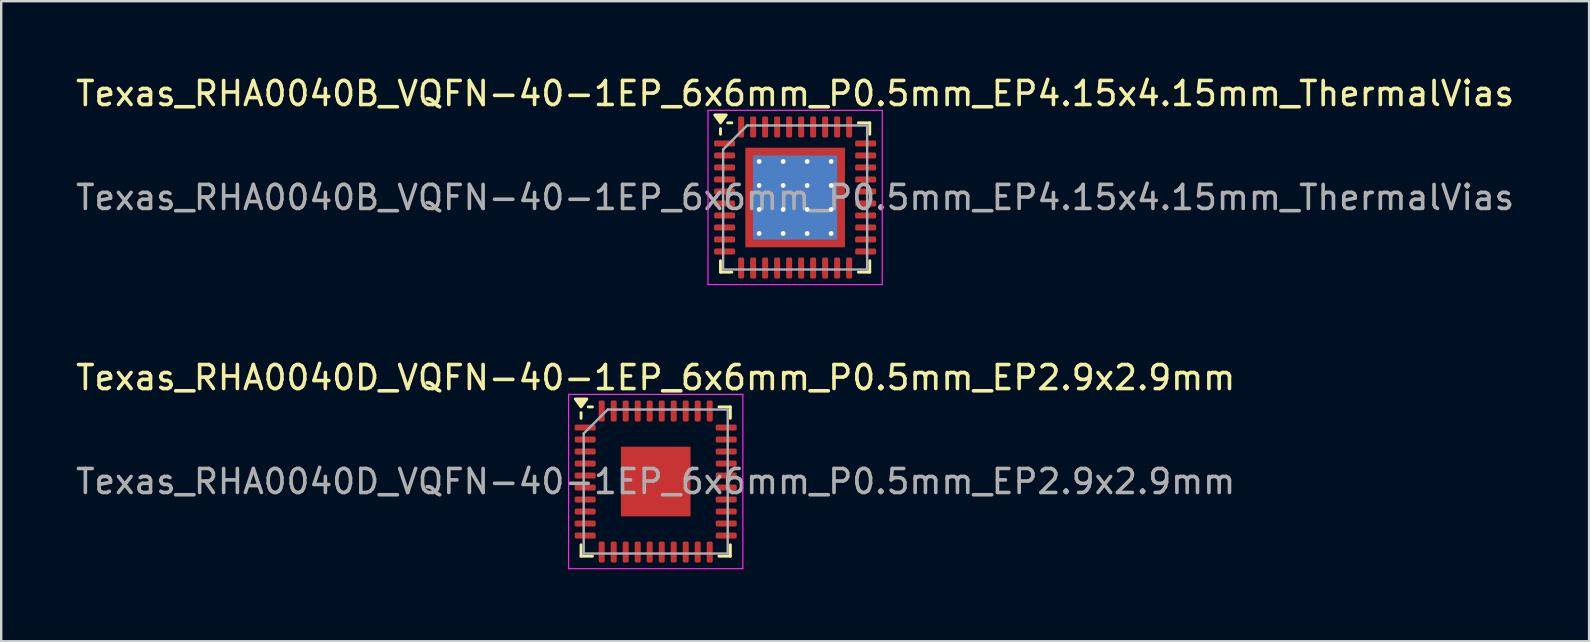
<source format=kicad_pcb>
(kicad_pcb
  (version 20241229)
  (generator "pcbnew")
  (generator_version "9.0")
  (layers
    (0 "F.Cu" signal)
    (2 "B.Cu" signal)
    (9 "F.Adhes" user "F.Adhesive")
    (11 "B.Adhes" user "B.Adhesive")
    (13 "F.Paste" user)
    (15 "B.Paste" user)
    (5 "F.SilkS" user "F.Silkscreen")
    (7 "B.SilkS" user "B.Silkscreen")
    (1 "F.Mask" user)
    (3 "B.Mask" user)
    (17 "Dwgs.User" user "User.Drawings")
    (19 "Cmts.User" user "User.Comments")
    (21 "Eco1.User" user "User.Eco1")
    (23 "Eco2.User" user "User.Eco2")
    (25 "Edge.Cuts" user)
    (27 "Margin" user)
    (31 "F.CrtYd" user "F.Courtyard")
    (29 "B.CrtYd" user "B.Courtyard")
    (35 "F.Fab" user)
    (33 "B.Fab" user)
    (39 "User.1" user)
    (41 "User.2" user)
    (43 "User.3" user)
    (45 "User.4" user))
  (footprint "Texas_RHA0040D_VQFN-40-1EP_6x6mm_P0.5mm_EP2.9x2.9mm"
    (layer "F.Cu")
    (at 24.268 17.012)
    (property "Reference" "Texas_RHA0040D_VQFN-40-1EP_6x6mm_P0.5mm_EP2.9x2.9mm" (at 0 -4.33 0) (layer "F.SilkS") (effects (font (size 1 1) (thickness 0.15))))
    (attr smd)
    (fp_line (start -3.11 -2.635) (end -3.11 -2.87) (stroke (width 0.12) (type solid)) (layer "F.SilkS"))
    (fp_line (start -3.11 3.11) (end -3.11 2.635) (stroke (width 0.12) (type solid)) (layer "F.SilkS"))
    (fp_line (start -2.635 -3.11) (end -2.81 -3.11) (stroke (width 0.12) (type solid)) (layer "F.SilkS"))
    (fp_line (start -2.635 3.11) (end -3.11 3.11) (stroke (width 0.12) (type solid)) (layer "F.SilkS"))
    (fp_line (start 2.635 -3.11) (end 3.11 -3.11) (stroke (width 0.12) (type solid)) (layer "F.SilkS"))
    (fp_line (start 2.635 3.11) (end 3.11 3.11) (stroke (width 0.12) (type solid)) (layer "F.SilkS"))
    (fp_line (start 3.11 -3.11) (end 3.11 -2.635) (stroke (width 0.12) (type solid)) (layer "F.SilkS"))
    (fp_line (start 3.11 3.11) (end 3.11 2.635) (stroke (width 0.12) (type solid)) (layer "F.SilkS"))
    (fp_poly (pts (xy -3.11 -3.11) (xy -3.35 -3.44) (xy -2.87 -3.44) (xy -3.11 -3.11)) (stroke (width 0.12) (type solid)) (fill yes) (layer "F.SilkS"))
    (fp_line (start -3.63 -3.63) (end -3.63 3.63) (stroke (width 0.05) (type solid)) (layer "F.CrtYd"))
    (fp_line (start -3.63 3.63) (end 3.63 3.63) (stroke (width 0.05) (type solid)) (layer "F.CrtYd"))
    (fp_line (start 3.63 -3.63) (end -3.63 -3.63) (stroke (width 0.05) (type solid)) (layer "F.CrtYd"))
    (fp_line (start 3.63 3.63) (end 3.63 -3.63) (stroke (width 0.05) (type solid)) (layer "F.CrtYd"))
    (fp_line (start -3 -2) (end -2 -3) (stroke (width 0.1) (type solid)) (layer "F.Fab"))
    (fp_line (start -3 3) (end -3 -2) (stroke (width 0.1) (type solid)) (layer "F.Fab"))
    (fp_line (start -2 -3) (end 3 -3) (stroke (width 0.1) (type solid)) (layer "F.Fab"))
    (fp_line (start 3 -3) (end 3 3) (stroke (width 0.1) (type solid)) (layer "F.Fab"))
    (fp_line (start 3 3) (end -3 3) (stroke (width 0.1) (type solid)) (layer "F.Fab"))
    (fp_text user "${REFERENCE}" (at 0 0 0) (layer "F.Fab") (effects (font (size 1 1) (thickness 0.15))))
    (pad "" smd roundrect (at -0.725 -0.725) (size 1.17 1.17) (layers "F.Paste") (roundrect_rratio 0.214))
    (pad "" smd roundrect (at -0.725 0.725) (size 1.17 1.17) (layers "F.Paste") (roundrect_rratio 0.214))
    (pad "" smd roundrect (at 0.725 -0.725) (size 1.17 1.17) (layers "F.Paste") (roundrect_rratio 0.214))
    (pad "" smd roundrect (at 0.725 0.725) (size 1.17 1.17) (layers "F.Paste") (roundrect_rratio 0.214))
    (pad "1" smd roundrect (at -2.938 -2.25) (size 0.875 0.25) (layers "F.Cu" "F.Mask" "F.Paste") (roundrect_rratio 0.25))
    (pad "2" smd roundrect (at -2.938 -1.75) (size 0.875 0.25) (layers "F.Cu" "F.Mask" "F.Paste") (roundrect_rratio 0.25))
    (pad "3" smd roundrect (at -2.938 -1.25) (size 0.875 0.25) (layers "F.Cu" "F.Mask" "F.Paste") (roundrect_rratio 0.25))
    (pad "4" smd roundrect (at -2.938 -0.75) (size 0.875 0.25) (layers "F.Cu" "F.Mask" "F.Paste") (roundrect_rratio 0.25))
    (pad "5" smd roundrect (at -2.938 -0.25) (size 0.875 0.25) (layers "F.Cu" "F.Mask" "F.Paste") (roundrect_rratio 0.25))
    (pad "6" smd roundrect (at -2.938 0.25) (size 0.875 0.25) (layers "F.Cu" "F.Mask" "F.Paste") (roundrect_rratio 0.25))
    (pad "7" smd roundrect (at -2.938 0.75) (size 0.875 0.25) (layers "F.Cu" "F.Mask" "F.Paste") (roundrect_rratio 0.25))
    (pad "8" smd roundrect (at -2.938 1.25) (size 0.875 0.25) (layers "F.Cu" "F.Mask" "F.Paste") (roundrect_rratio 0.25))
    (pad "9" smd roundrect (at -2.938 1.75) (size 0.875 0.25) (layers "F.Cu" "F.Mask" "F.Paste") (roundrect_rratio 0.25))
    (pad "10" smd roundrect (at -2.938 2.25) (size 0.875 0.25) (layers "F.Cu" "F.Mask" "F.Paste") (roundrect_rratio 0.25))
    (pad "11" smd roundrect (at -2.25 2.938) (size 0.25 0.875) (layers "F.Cu" "F.Mask" "F.Paste") (roundrect_rratio 0.25))
    (pad "12" smd roundrect (at -1.75 2.938) (size 0.25 0.875) (layers "F.Cu" "F.Mask" "F.Paste") (roundrect_rratio 0.25))
    (pad "13" smd roundrect (at -1.25 2.938) (size 0.25 0.875) (layers "F.Cu" "F.Mask" "F.Paste") (roundrect_rratio 0.25))
    (pad "14" smd roundrect (at -0.75 2.938) (size 0.25 0.875) (layers "F.Cu" "F.Mask" "F.Paste") (roundrect_rratio 0.25))
    (pad "15" smd roundrect (at -0.25 2.938) (size 0.25 0.875) (layers "F.Cu" "F.Mask" "F.Paste") (roundrect_rratio 0.25))
    (pad "16" smd roundrect (at 0.25 2.938) (size 0.25 0.875) (layers "F.Cu" "F.Mask" "F.Paste") (roundrect_rratio 0.25))
    (pad "17" smd roundrect (at 0.75 2.938) (size 0.25 0.875) (layers "F.Cu" "F.Mask" "F.Paste") (roundrect_rratio 0.25))
    (pad "18" smd roundrect (at 1.25 2.938) (size 0.25 0.875) (layers "F.Cu" "F.Mask" "F.Paste") (roundrect_rratio 0.25))
    (pad "19" smd roundrect (at 1.75 2.938) (size 0.25 0.875) (layers "F.Cu" "F.Mask" "F.Paste") (roundrect_rratio 0.25))
    (pad "20" smd roundrect (at 2.25 2.938) (size 0.25 0.875) (layers "F.Cu" "F.Mask" "F.Paste") (roundrect_rratio 0.25))
    (pad "21" smd roundrect (at 2.938 2.25) (size 0.875 0.25) (layers "F.Cu" "F.Mask" "F.Paste") (roundrect_rratio 0.25))
    (pad "22" smd roundrect (at 2.938 1.75) (size 0.875 0.25) (layers "F.Cu" "F.Mask" "F.Paste") (roundrect_rratio 0.25))
    (pad "23" smd roundrect (at 2.938 1.25) (size 0.875 0.25) (layers "F.Cu" "F.Mask" "F.Paste") (roundrect_rratio 0.25))
    (pad "24" smd roundrect (at 2.938 0.75) (size 0.875 0.25) (layers "F.Cu" "F.Mask" "F.Paste") (roundrect_rratio 0.25))
    (pad "25" smd roundrect (at 2.938 0.25) (size 0.875 0.25) (layers "F.Cu" "F.Mask" "F.Paste") (roundrect_rratio 0.25))
    (pad "26" smd roundrect (at 2.938 -0.25) (size 0.875 0.25) (layers "F.Cu" "F.Mask" "F.Paste") (roundrect_rratio 0.25))
    (pad "27" smd roundrect (at 2.938 -0.75) (size 0.875 0.25) (layers "F.Cu" "F.Mask" "F.Paste") (roundrect_rratio 0.25))
    (pad "28" smd roundrect (at 2.938 -1.25) (size 0.875 0.25) (layers "F.Cu" "F.Mask" "F.Paste") (roundrect_rratio 0.25))
    (pad "29" smd roundrect (at 2.938 -1.75) (size 0.875 0.25) (layers "F.Cu" "F.Mask" "F.Paste") (roundrect_rratio 0.25))
    (pad "30" smd roundrect (at 2.938 -2.25) (size 0.875 0.25) (layers "F.Cu" "F.Mask" "F.Paste") (roundrect_rratio 0.25))
    (pad "31" smd roundrect (at 2.25 -2.938) (size 0.25 0.875) (layers "F.Cu" "F.Mask" "F.Paste") (roundrect_rratio 0.25))
    (pad "32" smd roundrect (at 1.75 -2.938) (size 0.25 0.875) (layers "F.Cu" "F.Mask" "F.Paste") (roundrect_rratio 0.25))
    (pad "33" smd roundrect (at 1.25 -2.938) (size 0.25 0.875) (layers "F.Cu" "F.Mask" "F.Paste") (roundrect_rratio 0.25))
    (pad "34" smd roundrect (at 0.75 -2.938) (size 0.25 0.875) (layers "F.Cu" "F.Mask" "F.Paste") (roundrect_rratio 0.25))
    (pad "35" smd roundrect (at 0.25 -2.938) (size 0.25 0.875) (layers "F.Cu" "F.Mask" "F.Paste") (roundrect_rratio 0.25))
    (pad "36" smd roundrect (at -0.25 -2.938) (size 0.25 0.875) (layers "F.Cu" "F.Mask" "F.Paste") (roundrect_rratio 0.25))
    (pad "37" smd roundrect (at -0.75 -2.938) (size 0.25 0.875) (layers "F.Cu" "F.Mask" "F.Paste") (roundrect_rratio 0.25))
    (pad "38" smd roundrect (at -1.25 -2.938) (size 0.25 0.875) (layers "F.Cu" "F.Mask" "F.Paste") (roundrect_rratio 0.25))
    (pad "39" smd roundrect (at -1.75 -2.938) (size 0.25 0.875) (layers "F.Cu" "F.Mask" "F.Paste") (roundrect_rratio 0.25))
    (pad "40" smd roundrect (at -2.25 -2.938) (size 0.25 0.875) (layers "F.Cu" "F.Mask" "F.Paste") (roundrect_rratio 0.25))
    (pad "41" smd rect (at 0 0) (size 2.9 2.9) (property pad_prop_heatsink) (layers "F.Cu" "F.Mask")))
  (footprint "Texas_RHA0040B_VQFN-40-1EP_6x6mm_P0.5mm_EP4.15x4.15mm_ThermalVias"
    (layer "F.Cu")
    (at 30.077 5.178)
    (property "Reference" "Texas_RHA0040B_VQFN-40-1EP_6x6mm_P0.5mm_EP4.15x4.15mm_ThermalVias" (at 0 -4.33 0) (layer "F.SilkS") (effects (font (size 1 1) (thickness 0.15))))
    (attr smd)
    (fp_line (start -3.11 -2.635) (end -3.11 -2.87) (stroke (width 0.12) (type solid)) (layer "F.SilkS"))
    (fp_line (start -3.11 3.11) (end -3.11 2.635) (stroke (width 0.12) (type solid)) (layer "F.SilkS"))
    (fp_line (start -2.635 -3.11) (end -2.81 -3.11) (stroke (width 0.12) (type solid)) (layer "F.SilkS"))
    (fp_line (start -2.635 3.11) (end -3.11 3.11) (stroke (width 0.12) (type solid)) (layer "F.SilkS"))
    (fp_line (start 2.635 -3.11) (end 3.11 -3.11) (stroke (width 0.12) (type solid)) (layer "F.SilkS"))
    (fp_line (start 2.635 3.11) (end 3.11 3.11) (stroke (width 0.12) (type solid)) (layer "F.SilkS"))
    (fp_line (start 3.11 -3.11) (end 3.11 -2.635) (stroke (width 0.12) (type solid)) (layer "F.SilkS"))
    (fp_line (start 3.11 3.11) (end 3.11 2.635) (stroke (width 0.12) (type solid)) (layer "F.SilkS"))
    (fp_poly (pts (xy -3.11 -3.11) (xy -3.35 -3.44) (xy -2.87 -3.44) (xy -3.11 -3.11)) (stroke (width 0.12) (type solid)) (fill yes) (layer "F.SilkS"))
    (fp_line (start -3.63 -3.63) (end -3.63 3.63) (stroke (width 0.05) (type solid)) (layer "F.CrtYd"))
    (fp_line (start -3.63 3.63) (end 3.63 3.63) (stroke (width 0.05) (type solid)) (layer "F.CrtYd"))
    (fp_line (start 3.63 -3.63) (end -3.63 -3.63) (stroke (width 0.05) (type solid)) (layer "F.CrtYd"))
    (fp_line (start 3.63 3.63) (end 3.63 -3.63) (stroke (width 0.05) (type solid)) (layer "F.CrtYd"))
    (fp_line (start -3 -2) (end -2 -3) (stroke (width 0.1) (type solid)) (layer "F.Fab"))
    (fp_line (start -3 3) (end -3 -2) (stroke (width 0.1) (type solid)) (layer "F.Fab"))
    (fp_line (start -2 -3) (end 3 -3) (stroke (width 0.1) (type solid)) (layer "F.Fab"))
    (fp_line (start 3 -3) (end 3 3) (stroke (width 0.1) (type solid)) (layer "F.Fab"))
    (fp_line (start 3 3) (end -3 3) (stroke (width 0.1) (type solid)) (layer "F.Fab"))
    (fp_text user "${REFERENCE}" (at 0 0 0) (layer "F.Fab") (effects (font (size 1 1) (thickness 0.15))))
    (pad "" smd custom (at -1.788 -1.788) (size 0.342 0.342) (layers "F.Paste") (options (anchor circle)) (primitives (gr_poly (pts (xy -0.116 -0.116) (xy 0.116 -0.116) (xy 0.116 0.012) (xy 0.012 0.116) (xy -0.116 0.116)) (width 0.232) (fill yes))))
    (pad "" smd custom (at -1.788 -1) (size 0.371 0.371) (layers "F.Paste") (options (anchor circle)) (primitives (gr_poly (pts (xy -0.14 -0.311) (xy 0.063 -0.311) (xy 0.14 -0.235) (xy 0.14 0.235) (xy 0.063 0.311) (xy -0.14 0.311)) (width 0.184) (fill yes))))
    (pad "" smd custom (at -1.788 0) (size 0.371 0.371) (layers "F.Paste") (options (anchor circle)) (primitives (gr_poly (pts (xy -0.14 -0.311) (xy 0.063 -0.311) (xy 0.14 -0.235) (xy 0.14 0.235) (xy 0.063 0.311) (xy -0.14 0.311)) (width 0.184) (fill yes))))
    (pad "" smd custom (at -1.788 1) (size 0.371 0.371) (layers "F.Paste") (options (anchor circle)) (primitives (gr_poly (pts (xy -0.14 -0.311) (xy 0.063 -0.311) (xy 0.14 -0.235) (xy 0.14 0.235) (xy 0.063 0.311) (xy -0.14 0.311)) (width 0.184) (fill yes))))
    (pad "" smd custom (at -1.788 1.788) (size 0.342 0.342) (layers "F.Paste") (options (anchor circle)) (primitives (gr_poly (pts (xy -0.116 -0.116) (xy 0.012 -0.116) (xy 0.116 -0.012) (xy 0.116 0.116) (xy -0.116 0.116)) (width 0.232) (fill yes))))
    (pad "" smd custom (at -1 -1.788) (size 0.371 0.371) (layers "F.Paste") (options (anchor circle)) (primitives (gr_poly (pts (xy -0.311 -0.14) (xy 0.311 -0.14) (xy 0.311 0.063) (xy 0.235 0.14) (xy -0.235 0.14) (xy -0.311 0.063)) (width 0.184) (fill yes))))
    (pad "" smd roundrect (at -1 -1) (size 0.806 0.806) (layers "F.Paste") (roundrect_rratio 0.25))
    (pad "" smd roundrect (at -1 0) (size 0.806 0.806) (layers "F.Paste") (roundrect_rratio 0.25))
    (pad "" smd roundrect (at -1 1) (size 0.806 0.806) (layers "F.Paste") (roundrect_rratio 0.25))
    (pad "" smd custom (at -1 1.788) (size 0.371 0.371) (layers "F.Paste") (options (anchor circle)) (primitives (gr_poly (pts (xy -0.311 -0.063) (xy -0.235 -0.14) (xy 0.235 -0.14) (xy 0.311 -0.063) (xy 0.311 0.14) (xy -0.311 0.14)) (width 0.184) (fill yes))))
    (pad "" smd custom (at 0 -1.788) (size 0.371 0.371) (layers "F.Paste") (options (anchor circle)) (primitives (gr_poly (pts (xy -0.311 -0.14) (xy 0.311 -0.14) (xy 0.311 0.063) (xy 0.235 0.14) (xy -0.235 0.14) (xy -0.311 0.063)) (width 0.184) (fill yes))))
    (pad "" smd roundrect (at 0 -1) (size 0.806 0.806) (layers "F.Paste") (roundrect_rratio 0.25))
    (pad "" smd roundrect (at 0 0) (size 0.806 0.806) (layers "F.Paste") (roundrect_rratio 0.25))
    (pad "" smd roundrect (at 0 1) (size 0.806 0.806) (layers "F.Paste") (roundrect_rratio 0.25))
    (pad "" smd custom (at 0 1.788) (size 0.371 0.371) (layers "F.Paste") (options (anchor circle)) (primitives (gr_poly (pts (xy -0.311 -0.063) (xy -0.235 -0.14) (xy 0.235 -0.14) (xy 0.311 -0.063) (xy 0.311 0.14) (xy -0.311 0.14)) (width 0.184) (fill yes))))
    (pad "" smd custom (at 1 -1.788) (size 0.371 0.371) (layers "F.Paste") (options (anchor circle)) (primitives (gr_poly (pts (xy -0.311 -0.14) (xy 0.311 -0.14) (xy 0.311 0.063) (xy 0.235 0.14) (xy -0.235 0.14) (xy -0.311 0.063)) (width 0.184) (fill yes))))
    (pad "" smd roundrect (at 1 -1) (size 0.806 0.806) (layers "F.Paste") (roundrect_rratio 0.25))
    (pad "" smd roundrect (at 1 0) (size 0.806 0.806) (layers "F.Paste") (roundrect_rratio 0.25))
    (pad "" smd roundrect (at 1 1) (size 0.806 0.806) (layers "F.Paste") (roundrect_rratio 0.25))
    (pad "" smd custom (at 1 1.788) (size 0.371 0.371) (layers "F.Paste") (options (anchor circle)) (primitives (gr_poly (pts (xy -0.311 -0.063) (xy -0.235 -0.14) (xy 0.235 -0.14) (xy 0.311 -0.063) (xy 0.311 0.14) (xy -0.311 0.14)) (width 0.184) (fill yes))))
    (pad "" smd custom (at 1.788 -1.788) (size 0.342 0.342) (layers "F.Paste") (options (anchor circle)) (primitives (gr_poly (pts (xy -0.116 -0.116) (xy 0.116 -0.116) (xy 0.116 0.116) (xy -0.012 0.116) (xy -0.116 0.012)) (width 0.232) (fill yes))))
    (pad "" smd custom (at 1.788 -1) (size 0.371 0.371) (layers "F.Paste") (options (anchor circle)) (primitives (gr_poly (pts (xy -0.14 -0.235) (xy -0.063 -0.311) (xy 0.14 -0.311) (xy 0.14 0.311) (xy -0.063 0.311) (xy -0.14 0.235)) (width 0.184) (fill yes))))
    (pad "" smd custom (at 1.788 0) (size 0.371 0.371) (layers "F.Paste") (options (anchor circle)) (primitives (gr_poly (pts (xy -0.14 -0.235) (xy -0.063 -0.311) (xy 0.14 -0.311) (xy 0.14 0.311) (xy -0.063 0.311) (xy -0.14 0.235)) (width 0.184) (fill yes))))
    (pad "" smd custom (at 1.788 1) (size 0.371 0.371) (layers "F.Paste") (options (anchor circle)) (primitives (gr_poly (pts (xy -0.14 -0.235) (xy -0.063 -0.311) (xy 0.14 -0.311) (xy 0.14 0.311) (xy -0.063 0.311) (xy -0.14 0.235)) (width 0.184) (fill yes))))
    (pad "" smd custom (at 1.788 1.788) (size 0.342 0.342) (layers "F.Paste") (options (anchor circle)) (primitives (gr_poly (pts (xy -0.116 -0.012) (xy -0.012 -0.116) (xy 0.116 -0.116) (xy 0.116 0.116) (xy -0.116 0.116)) (width 0.232) (fill yes))))
    (pad "1" smd roundrect (at -2.938 -2.25) (size 0.875 0.25) (layers "F.Cu" "F.Mask" "F.Paste") (roundrect_rratio 0.25))
    (pad "2" smd roundrect (at -2.938 -1.75) (size 0.875 0.25) (layers "F.Cu" "F.Mask" "F.Paste") (roundrect_rratio 0.25))
    (pad "3" smd roundrect (at -2.938 -1.25) (size 0.875 0.25) (layers "F.Cu" "F.Mask" "F.Paste") (roundrect_rratio 0.25))
    (pad "4" smd roundrect (at -2.938 -0.75) (size 0.875 0.25) (layers "F.Cu" "F.Mask" "F.Paste") (roundrect_rratio 0.25))
    (pad "5" smd roundrect (at -2.938 -0.25) (size 0.875 0.25) (layers "F.Cu" "F.Mask" "F.Paste") (roundrect_rratio 0.25))
    (pad "6" smd roundrect (at -2.938 0.25) (size 0.875 0.25) (layers "F.Cu" "F.Mask" "F.Paste") (roundrect_rratio 0.25))
    (pad "7" smd roundrect (at -2.938 0.75) (size 0.875 0.25) (layers "F.Cu" "F.Mask" "F.Paste") (roundrect_rratio 0.25))
    (pad "8" smd roundrect (at -2.938 1.25) (size 0.875 0.25) (layers "F.Cu" "F.Mask" "F.Paste") (roundrect_rratio 0.25))
    (pad "9" smd roundrect (at -2.938 1.75) (size 0.875 0.25) (layers "F.Cu" "F.Mask" "F.Paste") (roundrect_rratio 0.25))
    (pad "10" smd roundrect (at -2.938 2.25) (size 0.875 0.25) (layers "F.Cu" "F.Mask" "F.Paste") (roundrect_rratio 0.25))
    (pad "11" smd roundrect (at -2.25 2.938) (size 0.25 0.875) (layers "F.Cu" "F.Mask" "F.Paste") (roundrect_rratio 0.25))
    (pad "12" smd roundrect (at -1.75 2.938) (size 0.25 0.875) (layers "F.Cu" "F.Mask" "F.Paste") (roundrect_rratio 0.25))
    (pad "13" smd roundrect (at -1.25 2.938) (size 0.25 0.875) (layers "F.Cu" "F.Mask" "F.Paste") (roundrect_rratio 0.25))
    (pad "14" smd roundrect (at -0.75 2.938) (size 0.25 0.875) (layers "F.Cu" "F.Mask" "F.Paste") (roundrect_rratio 0.25))
    (pad "15" smd roundrect (at -0.25 2.938) (size 0.25 0.875) (layers "F.Cu" "F.Mask" "F.Paste") (roundrect_rratio 0.25))
    (pad "16" smd roundrect (at 0.25 2.938) (size 0.25 0.875) (layers "F.Cu" "F.Mask" "F.Paste") (roundrect_rratio 0.25))
    (pad "17" smd roundrect (at 0.75 2.938) (size 0.25 0.875) (layers "F.Cu" "F.Mask" "F.Paste") (roundrect_rratio 0.25))
    (pad "18" smd roundrect (at 1.25 2.938) (size 0.25 0.875) (layers "F.Cu" "F.Mask" "F.Paste") (roundrect_rratio 0.25))
    (pad "19" smd roundrect (at 1.75 2.938) (size 0.25 0.875) (layers "F.Cu" "F.Mask" "F.Paste") (roundrect_rratio 0.25))
    (pad "20" smd roundrect (at 2.25 2.938) (size 0.25 0.875) (layers "F.Cu" "F.Mask" "F.Paste") (roundrect_rratio 0.25))
    (pad "21" smd roundrect (at 2.938 2.25) (size 0.875 0.25) (layers "F.Cu" "F.Mask" "F.Paste") (roundrect_rratio 0.25))
    (pad "22" smd roundrect (at 2.938 1.75) (size 0.875 0.25) (layers "F.Cu" "F.Mask" "F.Paste") (roundrect_rratio 0.25))
    (pad "23" smd roundrect (at 2.938 1.25) (size 0.875 0.25) (layers "F.Cu" "F.Mask" "F.Paste") (roundrect_rratio 0.25))
    (pad "24" smd roundrect (at 2.938 0.75) (size 0.875 0.25) (layers "F.Cu" "F.Mask" "F.Paste") (roundrect_rratio 0.25))
    (pad "25" smd roundrect (at 2.938 0.25) (size 0.875 0.25) (layers "F.Cu" "F.Mask" "F.Paste") (roundrect_rratio 0.25))
    (pad "26" smd roundrect (at 2.938 -0.25) (size 0.875 0.25) (layers "F.Cu" "F.Mask" "F.Paste") (roundrect_rratio 0.25))
    (pad "27" smd roundrect (at 2.938 -0.75) (size 0.875 0.25) (layers "F.Cu" "F.Mask" "F.Paste") (roundrect_rratio 0.25))
    (pad "28" smd roundrect (at 2.938 -1.25) (size 0.875 0.25) (layers "F.Cu" "F.Mask" "F.Paste") (roundrect_rratio 0.25))
    (pad "29" smd roundrect (at 2.938 -1.75) (size 0.875 0.25) (layers "F.Cu" "F.Mask" "F.Paste") (roundrect_rratio 0.25))
    (pad "30" smd roundrect (at 2.938 -2.25) (size 0.875 0.25) (layers "F.Cu" "F.Mask" "F.Paste") (roundrect_rratio 0.25))
    (pad "31" smd roundrect (at 2.25 -2.938) (size 0.25 0.875) (layers "F.Cu" "F.Mask" "F.Paste") (roundrect_rratio 0.25))
    (pad "32" smd roundrect (at 1.75 -2.938) (size 0.25 0.875) (layers "F.Cu" "F.Mask" "F.Paste") (roundrect_rratio 0.25))
    (pad "33" smd roundrect (at 1.25 -2.938) (size 0.25 0.875) (layers "F.Cu" "F.Mask" "F.Paste") (roundrect_rratio 0.25))
    (pad "34" smd roundrect (at 0.75 -2.938) (size 0.25 0.875) (layers "F.Cu" "F.Mask" "F.Paste") (roundrect_rratio 0.25))
    (pad "35" smd roundrect (at 0.25 -2.938) (size 0.25 0.875) (layers "F.Cu" "F.Mask" "F.Paste") (roundrect_rratio 0.25))
    (pad "36" smd roundrect (at -0.25 -2.938) (size 0.25 0.875) (layers "F.Cu" "F.Mask" "F.Paste") (roundrect_rratio 0.25))
    (pad "37" smd roundrect (at -0.75 -2.938) (size 0.25 0.875) (layers "F.Cu" "F.Mask" "F.Paste") (roundrect_rratio 0.25))
    (pad "38" smd roundrect (at -1.25 -2.938) (size 0.25 0.875) (layers "F.Cu" "F.Mask" "F.Paste") (roundrect_rratio 0.25))
    (pad "39" smd roundrect (at -1.75 -2.938) (size 0.25 0.875) (layers "F.Cu" "F.Mask" "F.Paste") (roundrect_rratio 0.25))
    (pad "40" smd roundrect (at -2.25 -2.938) (size 0.25 0.875) (layers "F.Cu" "F.Mask" "F.Paste") (roundrect_rratio 0.25))
    (pad "41" thru_hole circle (at -1.5 -1.5) (size 0.5 0.5) (drill 0.2) (property pad_prop_heatsink) (layers "*.Cu"))
    (pad "41" thru_hole circle (at -1.5 -0.5) (size 0.5 0.5) (drill 0.2) (property pad_prop_heatsink) (layers "*.Cu"))
    (pad "41" thru_hole circle (at -1.5 0.5) (size 0.5 0.5) (drill 0.2) (property pad_prop_heatsink) (layers "*.Cu"))
    (pad "41" thru_hole circle (at -1.5 1.5) (size 0.5 0.5) (drill 0.2) (property pad_prop_heatsink) (layers "*.Cu"))
    (pad "41" thru_hole circle (at -0.5 -1.5) (size 0.5 0.5) (drill 0.2) (property pad_prop_heatsink) (layers "*.Cu"))
    (pad "41" thru_hole circle (at -0.5 -0.5) (size 0.5 0.5) (drill 0.2) (property pad_prop_heatsink) (layers "*.Cu"))
    (pad "41" thru_hole circle (at -0.5 0.5) (size 0.5 0.5) (drill 0.2) (property pad_prop_heatsink) (layers "*.Cu"))
    (pad "41" thru_hole circle (at -0.5 1.5) (size 0.5 0.5) (drill 0.2) (property pad_prop_heatsink) (layers "*.Cu"))
    (pad "41" smd rect (at 0 0) (size 3.5 3.5) (property pad_prop_heatsink) (layers "B.Cu"))
    (pad "41" smd rect (at 0 0) (size 4.15 4.15) (property pad_prop_heatsink) (layers "F.Cu" "F.Mask"))
    (pad "41" thru_hole circle (at 0.5 -1.5) (size 0.5 0.5) (drill 0.2) (property pad_prop_heatsink) (layers "*.Cu"))
    (pad "41" thru_hole circle (at 0.5 -0.5) (size 0.5 0.5) (drill 0.2) (property pad_prop_heatsink) (layers "*.Cu"))
    (pad "41" thru_hole circle (at 0.5 0.5) (size 0.5 0.5) (drill 0.2) (property pad_prop_heatsink) (layers "*.Cu"))
    (pad "41" thru_hole circle (at 0.5 1.5) (size 0.5 0.5) (drill 0.2) (property pad_prop_heatsink) (layers "*.Cu"))
    (pad "41" thru_hole circle (at 1.5 -1.5) (size 0.5 0.5) (drill 0.2) (property pad_prop_heatsink) (layers "*.Cu"))
    (pad "41" thru_hole circle (at 1.5 -0.5) (size 0.5 0.5) (drill 0.2) (property pad_prop_heatsink) (layers "*.Cu"))
    (pad "41" thru_hole circle (at 1.5 0.5) (size 0.5 0.5) (drill 0.2) (property pad_prop_heatsink) (layers "*.Cu"))
    (pad "41" thru_hole circle (at 1.5 1.5) (size 0.5 0.5) (drill 0.2) (property pad_prop_heatsink) (layers "*.Cu")))
  (gr_rect
    (start -3 -3)
    (end 63.155 23.666)
    (stroke (width 0.1) (type default))
    (fill no)
    (layer "Edge.Cuts")))
</source>
